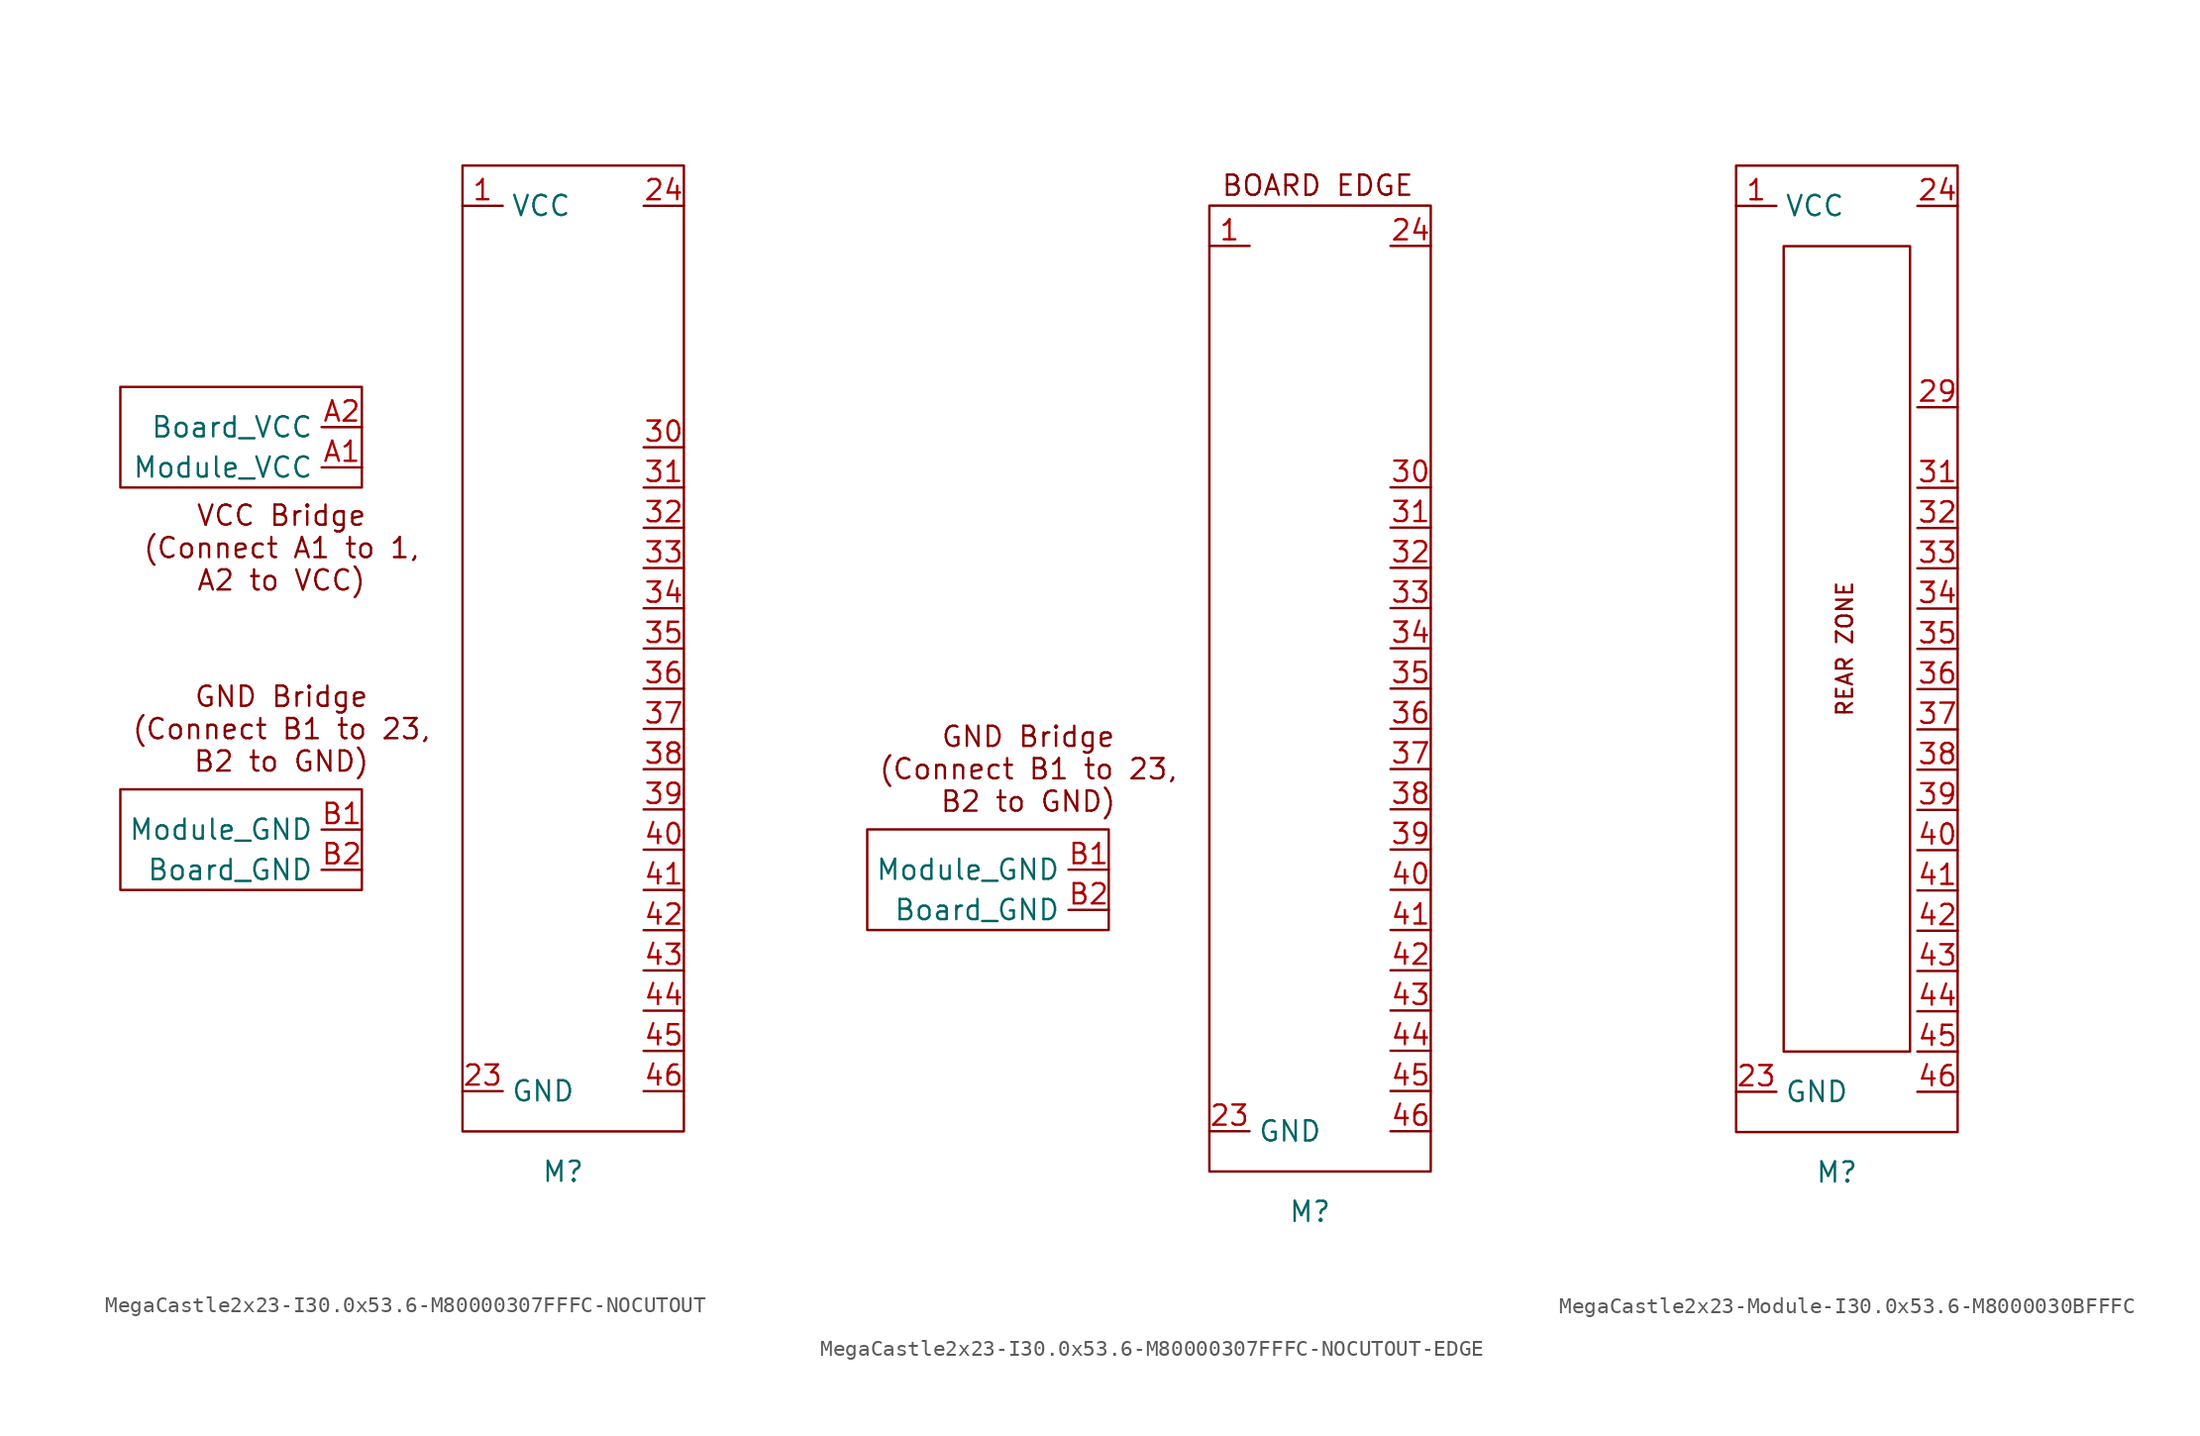
<source format=kicad_sym>
(kicad_symbol_lib
  (version 20241209)
  (generator "kicad_symbol_editor")
  (generator_version "9.0")
  (symbol "MegaCastle2x23-I30.0x53.6-M80000307FFFC-NOCUTOUT"
    (property "Reference" "M"
      (at 0 -33.02 0)
      (effects (font (size 1.27 1.27))))
    (property "Value" ""
      (at 0 5.08 0)
      (effects (font (size 1.27 1.27))))
    (symbol "MegaCastle2x23-I30.0x53.6-M80000307FFFC-NOCUTOUT_0_1"
      (rectangle (start -27.94 16.51) (end -12.7 10.16) (stroke (width 0) (type default)) (fill (type none)))
      (rectangle (start -27.94 -8.89) (end -12.7 -15.24) (stroke (width 0) (type default)) (fill (type none)))
      (rectangle (start -6.35 30.48) (end 7.62 -30.48) (stroke (width 0) (type default)) (fill (type none))))
    (symbol "MegaCastle2x23-I30.0x53.6-M80000307FFFC-NOCUTOUT_1_1"
      (text "VCC Bridge\n(Connect A1 to 1,\nA2 to VCC)" (at -17.78 6.35 0) (effects (font (size 1.27 1.27))))
      (text "GND Bridge\n(Connect B1 to 23,\nB2 to GND)" (at -17.78 -5.08 0) (effects (font (size 1.27 1.27))))
      (pin bidirectional line (at -12.7 13.97 180) (length 2.54) (name "Board_VCC" (effects (font (size 1.27 1.27)))) (number "A2" (effects (font (size 1.27 1.27)))))
      (pin bidirectional line (at -12.7 11.43 180) (length 2.54) (name "Module_VCC" (effects (font (size 1.27 1.27)))) (number "A1" (effects (font (size 1.27 1.27)))))
      (pin bidirectional line (at -12.7 -11.43 180) (length 2.54) (name "Module_GND" (effects (font (size 1.27 1.27)))) (number "B1" (effects (font (size 1.27 1.27)))))
      (pin bidirectional line (at -12.7 -13.97 180) (length 2.54) (name "Board_GND" (effects (font (size 1.27 1.27)))) (number "B2" (effects (font (size 1.27 1.27)))))
      (pin bidirectional line (at -6.35 27.94 0) (length 2.54) (name "VCC" (effects (font (size 1.27 1.27)))) (number "1" (effects (font (size 1.27 1.27)))))
      (pin bidirectional line (at -6.35 -27.94 0) (length 2.54) (name "GND" (effects (font (size 1.27 1.27)))) (number "23" (effects (font (size 1.27 1.27)))))
      (pin bidirectional line (at 7.62 27.94 180) (length 2.54) (name "" (effects (font (size 1.27 1.27)))) (number "24" (effects (font (size 1.27 1.27)))))
      (pin bidirectional line (at 7.62 12.7 180) (length 2.54) (name "" (effects (font (size 1.27 1.27)))) (number "30" (effects (font (size 1.27 1.27)))))
      (pin bidirectional line (at 7.62 10.16 180) (length 2.54) (name "" (effects (font (size 1.27 1.27)))) (number "31" (effects (font (size 1.27 1.27)))))
      (pin bidirectional line (at 7.62 7.62 180) (length 2.54) (name "" (effects (font (size 1.27 1.27)))) (number "32" (effects (font (size 1.27 1.27)))))
      (pin bidirectional line (at 7.62 5.08 180) (length 2.54) (name "" (effects (font (size 1.27 1.27)))) (number "33" (effects (font (size 1.27 1.27)))))
      (pin bidirectional line (at 7.62 2.54 180) (length 2.54) (name "" (effects (font (size 1.27 1.27)))) (number "34" (effects (font (size 1.27 1.27)))))
      (pin bidirectional line (at 7.62 0 180) (length 2.54) (name "" (effects (font (size 1.27 1.27)))) (number "35" (effects (font (size 1.27 1.27)))))
      (pin bidirectional line (at 7.62 -2.54 180) (length 2.54) (name "" (effects (font (size 1.27 1.27)))) (number "36" (effects (font (size 1.27 1.27)))))
      (pin bidirectional line (at 7.62 -5.08 180) (length 2.54) (name "" (effects (font (size 1.27 1.27)))) (number "37" (effects (font (size 1.27 1.27)))))
      (pin bidirectional line (at 7.62 -7.62 180) (length 2.54) (name "" (effects (font (size 1.27 1.27)))) (number "38" (effects (font (size 1.27 1.27)))))
      (pin bidirectional line (at 7.62 -10.16 180) (length 2.54) (name "" (effects (font (size 1.27 1.27)))) (number "39" (effects (font (size 1.27 1.27)))))
      (pin bidirectional line (at 7.62 -12.7 180) (length 2.54) (name "" (effects (font (size 1.27 1.27)))) (number "40" (effects (font (size 1.27 1.27)))))
      (pin bidirectional line (at 7.62 -15.24 180) (length 2.54) (name "" (effects (font (size 1.27 1.27)))) (number "41" (effects (font (size 1.27 1.27)))))
      (pin bidirectional line (at 7.62 -17.78 180) (length 2.54) (name "" (effects (font (size 1.27 1.27)))) (number "42" (effects (font (size 1.27 1.27)))))
      (pin bidirectional line (at 7.62 -20.32 180) (length 2.54) (name "" (effects (font (size 1.27 1.27)))) (number "43" (effects (font (size 1.27 1.27)))))
      (pin bidirectional line (at 7.62 -22.86 180) (length 2.54) (name "" (effects (font (size 1.27 1.27)))) (number "44" (effects (font (size 1.27 1.27)))))
      (pin bidirectional line (at 7.62 -25.4 180) (length 2.54) (name "" (effects (font (size 1.27 1.27)))) (number "45" (effects (font (size 1.27 1.27)))))
      (pin bidirectional line (at 7.62 -27.94 180) (length 2.54) (name "" (effects (font (size 1.27 1.27)))) (number "46" (effects (font (size 1.27 1.27)))))))
  (symbol "MegaCastle2x23-I30.0x53.6-M80000307FFFC-NOCUTOUT-EDGE"
    (property "Reference" "M"
      (at 0 -33.02 0)
      (effects (font (size 1.27 1.27))))
    (property "Value" ""
      (at 0 5.08 0)
      (effects (font (size 1.27 1.27))))
    (symbol "MegaCastle2x23-I30.0x53.6-M80000307FFFC-NOCUTOUT-EDGE_0_1"
      (rectangle (start -27.94 -8.89) (end -12.7 -15.24) (stroke (width 0) (type default)) (fill (type none)))
      (rectangle (start -6.35 30.48) (end 7.62 -30.48) (stroke (width 0) (type default)) (fill (type none))))
    (symbol "MegaCastle2x23-I30.0x53.6-M80000307FFFC-NOCUTOUT-EDGE_1_1"
      (text "GND Bridge\n(Connect B1 to 23,\nB2 to GND)" (at -17.78 -5.08 0) (effects (font (size 1.27 1.27))))
      (text " BOARD EDGE" (at 0 31.75 0) (effects (font (size 1.27 1.27))))
      (pin bidirectional line (at -12.7 -11.43 180) (length 2.54) (name "Module_GND" (effects (font (size 1.27 1.27)))) (number "B1" (effects (font (size 1.27 1.27)))))
      (pin bidirectional line (at -12.7 -13.97 180) (length 2.54) (name "Board_GND" (effects (font (size 1.27 1.27)))) (number "B2" (effects (font (size 1.27 1.27)))))
      (pin bidirectional line (at -6.35 27.94 0) (length 2.54) (name "" (effects (font (size 1.27 1.27)))) (number "1" (effects (font (size 1.27 1.27)))))
      (pin bidirectional line (at -6.35 -27.94 0) (length 2.54) (name "GND" (effects (font (size 1.27 1.27)))) (number "23" (effects (font (size 1.27 1.27)))))
      (pin bidirectional line (at 7.62 27.94 180) (length 2.54) (name "" (effects (font (size 1.27 1.27)))) (number "24" (effects (font (size 1.27 1.27)))))
      (pin bidirectional line (at 7.62 12.7 180) (length 2.54) (name "" (effects (font (size 1.27 1.27)))) (number "30" (effects (font (size 1.27 1.27)))))
      (pin bidirectional line (at 7.62 10.16 180) (length 2.54) (name "" (effects (font (size 1.27 1.27)))) (number "31" (effects (font (size 1.27 1.27)))))
      (pin bidirectional line (at 7.62 7.62 180) (length 2.54) (name "" (effects (font (size 1.27 1.27)))) (number "32" (effects (font (size 1.27 1.27)))))
      (pin bidirectional line (at 7.62 5.08 180) (length 2.54) (name "" (effects (font (size 1.27 1.27)))) (number "33" (effects (font (size 1.27 1.27)))))
      (pin bidirectional line (at 7.62 2.54 180) (length 2.54) (name "" (effects (font (size 1.27 1.27)))) (number "34" (effects (font (size 1.27 1.27)))))
      (pin bidirectional line (at 7.62 0 180) (length 2.54) (name "" (effects (font (size 1.27 1.27)))) (number "35" (effects (font (size 1.27 1.27)))))
      (pin bidirectional line (at 7.62 -2.54 180) (length 2.54) (name "" (effects (font (size 1.27 1.27)))) (number "36" (effects (font (size 1.27 1.27)))))
      (pin bidirectional line (at 7.62 -5.08 180) (length 2.54) (name "" (effects (font (size 1.27 1.27)))) (number "37" (effects (font (size 1.27 1.27)))))
      (pin bidirectional line (at 7.62 -7.62 180) (length 2.54) (name "" (effects (font (size 1.27 1.27)))) (number "38" (effects (font (size 1.27 1.27)))))
      (pin bidirectional line (at 7.62 -10.16 180) (length 2.54) (name "" (effects (font (size 1.27 1.27)))) (number "39" (effects (font (size 1.27 1.27)))))
      (pin bidirectional line (at 7.62 -12.7 180) (length 2.54) (name "" (effects (font (size 1.27 1.27)))) (number "40" (effects (font (size 1.27 1.27)))))
      (pin bidirectional line (at 7.62 -15.24 180) (length 2.54) (name "" (effects (font (size 1.27 1.27)))) (number "41" (effects (font (size 1.27 1.27)))))
      (pin bidirectional line (at 7.62 -17.78 180) (length 2.54) (name "" (effects (font (size 1.27 1.27)))) (number "42" (effects (font (size 1.27 1.27)))))
      (pin bidirectional line (at 7.62 -20.32 180) (length 2.54) (name "" (effects (font (size 1.27 1.27)))) (number "43" (effects (font (size 1.27 1.27)))))
      (pin bidirectional line (at 7.62 -22.86 180) (length 2.54) (name "" (effects (font (size 1.27 1.27)))) (number "44" (effects (font (size 1.27 1.27)))))
      (pin bidirectional line (at 7.62 -25.4 180) (length 2.54) (name "" (effects (font (size 1.27 1.27)))) (number "45" (effects (font (size 1.27 1.27)))))
      (pin bidirectional line (at 7.62 -27.94 180) (length 2.54) (name "" (effects (font (size 1.27 1.27)))) (number "46" (effects (font (size 1.27 1.27)))))))
  (symbol "MegaCastle2x23-Module-I30.0x53.6-M8000030BFFFC"
    (property "Reference" "M"
      (at 0 -33.02 0)
      (effects (font (size 1.27 1.27))))
    (property "Value" ""
      (at 0 5.08 0)
      (effects (font (size 1.27 1.27))))
    (symbol "MegaCastle2x23-Module-I30.0x53.6-M8000030BFFFC_0_1"
      (rectangle (start -6.35 30.48) (end 7.62 -30.48) (stroke (width 0) (type default)) (fill (type none)))
      (rectangle (start -3.35 25.4) (end 4.62 -25.4) (stroke (width 0) (type default)) (fill (type none))))
    (symbol "MegaCastle2x23-Module-I30.0x53.6-M8000030BFFFC_1_1"
      (text "REAR ZONE" (at 0.5 0 900) (effects (font (size 1 1))))
      (pin bidirectional line (at -6.35 27.94 0) (length 2.54) (name "VCC" (effects (font (size 1.27 1.27)))) (number "1" (effects (font (size 1.27 1.27)))))
      (pin bidirectional line (at -6.35 -27.94 0) (length 2.54) (name "GND" (effects (font (size 1.27 1.27)))) (number "23" (effects (font (size 1.27 1.27)))))
      (pin bidirectional line (at 7.62 27.94 180) (length 2.54) (name "" (effects (font (size 1.27 1.27)))) (number "24" (effects (font (size 1.27 1.27)))))
      (pin bidirectional line (at 7.62 15.24 180) (length 2.54) (name "" (effects (font (size 1.27 1.27)))) (number "29" (effects (font (size 1.27 1.27)))))
      (pin bidirectional line (at 7.62 10.16 180) (length 2.54) (name "" (effects (font (size 1.27 1.27)))) (number "31" (effects (font (size 1.27 1.27)))))
      (pin bidirectional line (at 7.62 7.62 180) (length 2.54) (name "" (effects (font (size 1.27 1.27)))) (number "32" (effects (font (size 1.27 1.27)))))
      (pin bidirectional line (at 7.62 5.08 180) (length 2.54) (name "" (effects (font (size 1.27 1.27)))) (number "33" (effects (font (size 1.27 1.27)))))
      (pin bidirectional line (at 7.62 2.54 180) (length 2.54) (name "" (effects (font (size 1.27 1.27)))) (number "34" (effects (font (size 1.27 1.27)))))
      (pin bidirectional line (at 7.62 0 180) (length 2.54) (name "" (effects (font (size 1.27 1.27)))) (number "35" (effects (font (size 1.27 1.27)))))
      (pin bidirectional line (at 7.62 -2.54 180) (length 2.54) (name "" (effects (font (size 1.27 1.27)))) (number "36" (effects (font (size 1.27 1.27)))))
      (pin bidirectional line (at 7.62 -5.08 180) (length 2.54) (name "" (effects (font (size 1.27 1.27)))) (number "37" (effects (font (size 1.27 1.27)))))
      (pin bidirectional line (at 7.62 -7.62 180) (length 2.54) (name "" (effects (font (size 1.27 1.27)))) (number "38" (effects (font (size 1.27 1.27)))))
      (pin bidirectional line (at 7.62 -10.16 180) (length 2.54) (name "" (effects (font (size 1.27 1.27)))) (number "39" (effects (font (size 1.27 1.27)))))
      (pin bidirectional line (at 7.62 -12.7 180) (length 2.54) (name "" (effects (font (size 1.27 1.27)))) (number "40" (effects (font (size 1.27 1.27)))))
      (pin bidirectional line (at 7.62 -15.24 180) (length 2.54) (name "" (effects (font (size 1.27 1.27)))) (number "41" (effects (font (size 1.27 1.27)))))
      (pin bidirectional line (at 7.62 -17.78 180) (length 2.54) (name "" (effects (font (size 1.27 1.27)))) (number "42" (effects (font (size 1.27 1.27)))))
      (pin bidirectional line (at 7.62 -20.32 180) (length 2.54) (name "" (effects (font (size 1.27 1.27)))) (number "43" (effects (font (size 1.27 1.27)))))
      (pin bidirectional line (at 7.62 -22.86 180) (length 2.54) (name "" (effects (font (size 1.27 1.27)))) (number "44" (effects (font (size 1.27 1.27)))))
      (pin bidirectional line (at 7.62 -25.4 180) (length 2.54) (name "" (effects (font (size 1.27 1.27)))) (number "45" (effects (font (size 1.27 1.27)))))
      (pin bidirectional line (at 7.62 -27.94 180) (length 2.54) (name "" (effects (font (size 1.27 1.27)))) (number "46" (effects (font (size 1.27 1.27))))))))
</source>
